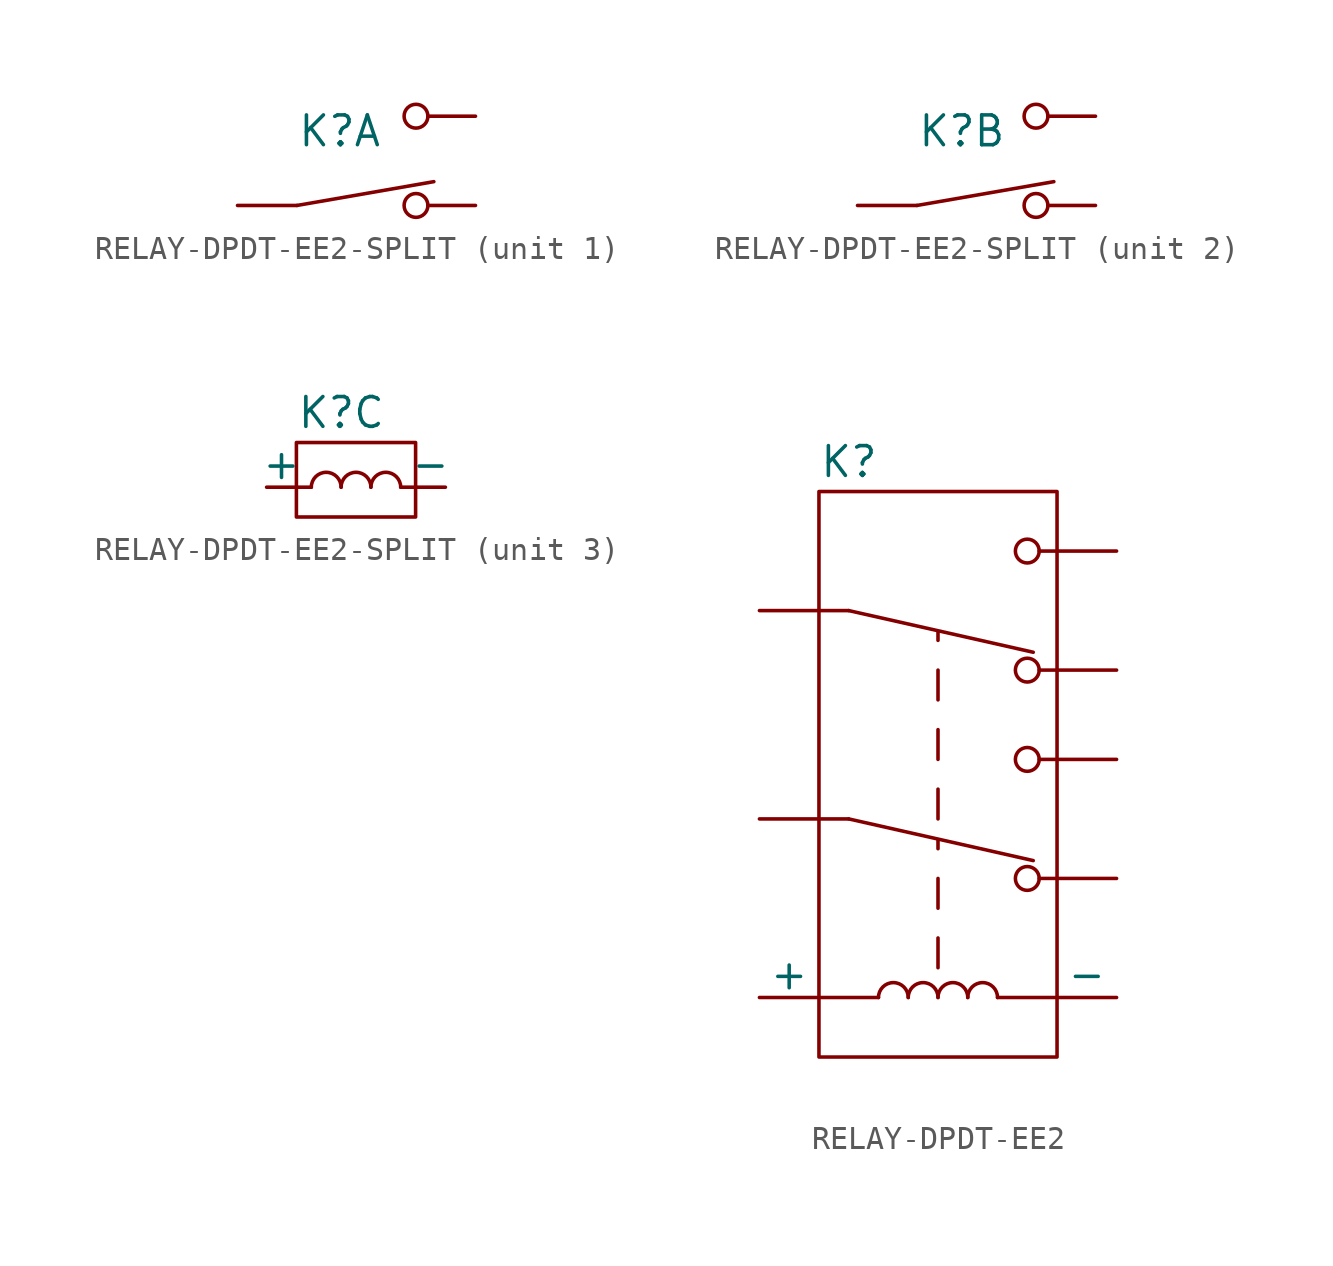
<source format=kicad_sym>
(kicad_symbol_lib
  (version 20211014)
  (generator kicad_symbol_editor)
  (symbol "RELAY-DPDT-EE2-SPLIT"
    (pin_numbers hide)
    (pin_names
      (offset 0))
    (property "Reference" "K"
      (at -2.54 3.175 0)
      (effects (font (size 1.27 1.27)) (justify left)))
    (property "ki_locked" ""
      (at 0 0 0)
      (effects (font (size 1.27 1.27))))
    (symbol "RELAY-DPDT-EE2-SPLIT_1_1"
      (polyline (pts (xy -2.54 0) (xy 3.302 1.016)) (stroke (width 0) (type default) (color 0 0 0 0)) (fill (type none)))
      (circle (center 2.54 0) (radius 0.508) (stroke (width 0) (type default) (color 0 0 0 0)) (fill (type none)))
      (circle (center 2.54 3.81) (radius 0.508) (stroke (width 0) (type default) (color 0 0 0 0)) (fill (type none)))
      (pin passive line (at 5.08 0 180) (length 2.032) (name "~" (effects (font (size 1.27 1.27)))) (number "3" (effects (font (size 1.27 1.27)))))
      (pin passive line (at -5.08 0 0) (length 2.54) (name "~" (effects (font (size 1.27 1.27)))) (number "4" (effects (font (size 1.27 1.27)))))
      (pin passive line (at 5.08 3.81 180) (length 2.032) (name "~" (effects (font (size 1.27 1.27)))) (number "5" (effects (font (size 1.27 1.27))))))
    (symbol "RELAY-DPDT-EE2-SPLIT_2_1"
      (polyline (pts (xy -2.54 0) (xy 3.302 1.016)) (stroke (width 0) (type default) (color 0 0 0 0)) (fill (type none)))
      (circle (center 2.54 0) (radius 0.508) (stroke (width 0) (type default) (color 0 0 0 0)) (fill (type none)))
      (circle (center 2.54 3.81) (radius 0.508) (stroke (width 0) (type default) (color 0 0 0 0)) (fill (type none)))
      (pin passive line (at 5.08 0 180) (length 2.032) (name "~" (effects (font (size 1.27 1.27)))) (number "10" (effects (font (size 1.27 1.27)))))
      (pin passive line (at 5.08 3.81 180) (length 2.032) (name "~" (effects (font (size 1.27 1.27)))) (number "8" (effects (font (size 1.27 1.27)))))
      (pin passive line (at -5.08 0 0) (length 2.54) (name "~" (effects (font (size 1.27 1.27)))) (number "9" (effects (font (size 1.27 1.27))))))
    (symbol "RELAY-DPDT-EE2-SPLIT_3_1"
      (rectangle (start -2.54 1.905) (end 2.54 -1.27) (stroke (width 0) (type default) (color 0 0 0 0)) (fill (type none)))
      (arc (start -0.635 0) (mid -1.27 0.635) (end -1.905 0) (stroke (width 0) (type default) (color 0 0 0 0)) (fill (type none)))
      (polyline (pts (xy -1.905 0) (xy -2.54 0)) (stroke (width 0) (type default) (color 0 0 0 0)) (fill (type none)))
      (polyline (pts (xy 1.905 0) (xy 2.54 0)) (stroke (width 0) (type default) (color 0 0 0 0)) (fill (type none)))
      (arc (start 0.635 0) (mid 0 0.635) (end -0.635 0) (stroke (width 0) (type default) (color 0 0 0 0)) (fill (type none)))
      (arc (start 1.905 0) (mid 1.27 0.635) (end 0.635 0) (stroke (width 0) (type default) (color 0 0 0 0)) (fill (type none)))
      (pin passive line (at -3.81 0 0) (length 1.27) (name "+" (effects (font (size 1.27 1.27)))) (number "1" (effects (font (size 1.27 1.27)))))
      (pin passive line (at 3.81 0 180) (length 1.27) (name "-" (effects (font (size 1.27 1.27)))) (number "12" (effects (font (size 1.27 1.27)))))))
  (symbol "RELAY-DPDT-EE2"
    (pin_numbers hide)
    (pin_names
      (offset 0))
    (property "Reference" "K"
      (at -5.08 10.16 0)
      (effects (font (size 1.27 1.27)) (justify left)))
    (symbol "RELAY-DPDT-EE2_0_1"
      (rectangle (start -5.08 8.89) (end 5.08 -15.24) (stroke (width 0) (type default) (color 0 0 0 0)) (fill (type none)))
      (arc (start -1.27 -12.7) (mid -1.905 -12.065) (end -2.54 -12.7) (stroke (width 0) (type default) (color 0 0 0 0)) (fill (type none)))
      (arc (start 0 -12.7) (mid -0.635 -12.065) (end -1.27 -12.7) (stroke (width 0) (type default) (color 0 0 0 0)) (fill (type none)))
      (polyline (pts (xy -5.08 3.81) (xy -3.81 3.81)) (stroke (width 0) (type default) (color 0 0 0 0)) (fill (type none)))
      (polyline (pts (xy -3.81 -5.08) (xy -5.08 -5.08)) (stroke (width 0) (type default) (color 0 0 0 0)) (fill (type none)))
      (polyline (pts (xy -3.81 -5.08) (xy 4.064 -6.858)) (stroke (width 0) (type default) (color 0 0 0 0)) (fill (type none)))
      (polyline (pts (xy -3.81 3.81) (xy 4.064 2.032)) (stroke (width 0) (type default) (color 0 0 0 0)) (fill (type none)))
      (polyline (pts (xy -2.54 -12.7) (xy -5.08 -12.7)) (stroke (width 0) (type default) (color 0 0 0 0)) (fill (type none)))
      (polyline (pts (xy 0 -10.16) (xy 0 -11.43)) (stroke (width 0) (type default) (color 0 0 0 0)) (fill (type none)))
      (polyline (pts (xy 0 -7.62) (xy 0 -8.89)) (stroke (width 0) (type default) (color 0 0 0 0)) (fill (type none)))
      (polyline (pts (xy 0 -6.35) (xy 0 -5.969)) (stroke (width 0) (type default) (color 0 0 0 0)) (fill (type none)))
      (polyline (pts (xy 0 -3.81) (xy 0 -5.08)) (stroke (width 0) (type default) (color 0 0 0 0)) (fill (type none)))
      (polyline (pts (xy 0 -1.27) (xy 0 -2.54)) (stroke (width 0) (type default) (color 0 0 0 0)) (fill (type none)))
      (polyline (pts (xy 0 1.27) (xy 0 0)) (stroke (width 0) (type default) (color 0 0 0 0)) (fill (type none)))
      (polyline (pts (xy 0 2.54) (xy 0 2.921)) (stroke (width 0) (type default) (color 0 0 0 0)) (fill (type none)))
      (polyline (pts (xy 5.08 -12.7) (xy 2.54 -12.7)) (stroke (width 0) (type default) (color 0 0 0 0)) (fill (type none)))
      (arc (start 1.27 -12.7) (mid 0.635 -12.065) (end 0 -12.7) (stroke (width 0) (type default) (color 0 0 0 0)) (fill (type none)))
      (arc (start 2.54 -12.7) (mid 1.905 -12.065) (end 1.27 -12.7) (stroke (width 0) (type default) (color 0 0 0 0)) (fill (type none)))
      (circle (center 3.81 -7.62) (radius 0.508) (stroke (width 0) (type default) (color 0 0 0 0)) (fill (type none)))
      (circle (center 3.81 -2.54) (radius 0.508) (stroke (width 0) (type default) (color 0 0 0 0)) (fill (type none)))
      (circle (center 3.81 1.27) (radius 0.508) (stroke (width 0) (type default) (color 0 0 0 0)) (fill (type none)))
      (circle (center 3.81 6.35) (radius 0.508) (stroke (width 0) (type default) (color 0 0 0 0)) (fill (type none))))
    (symbol "RELAY-DPDT-EE2_1_1"
      (pin passive line (at -7.62 -12.7 0) (length 2.54) (name "+" (effects (font (size 1.27 1.27)))) (number "1" (effects (font (size 1.27 1.27)))))
      (pin passive line (at 7.62 -2.54 180) (length 3.302) (name "~" (effects (font (size 1.27 1.27)))) (number "10" (effects (font (size 1.27 1.27)))))
      (pin passive line (at 7.62 -12.7 180) (length 2.54) (name "-" (effects (font (size 1.27 1.27)))) (number "12" (effects (font (size 1.27 1.27)))))
      (pin passive line (at 7.62 1.27 180) (length 3.302) (name "~" (effects (font (size 1.27 1.27)))) (number "3" (effects (font (size 1.27 1.27)))))
      (pin passive line (at -7.62 3.81 0) (length 2.54) (name "~" (effects (font (size 1.27 1.27)))) (number "4" (effects (font (size 1.27 1.27)))))
      (pin passive line (at 7.62 6.35 180) (length 3.302) (name "~" (effects (font (size 1.27 1.27)))) (number "5" (effects (font (size 1.27 1.27)))))
      (pin passive line (at 7.62 -7.62 180) (length 3.302) (name "~" (effects (font (size 1.27 1.27)))) (number "8" (effects (font (size 1.27 1.27)))))
      (pin passive line (at -7.62 -5.08 0) (length 2.54) (name "~" (effects (font (size 1.27 1.27)))) (number "9" (effects (font (size 1.27 1.27))))))))
</source>
